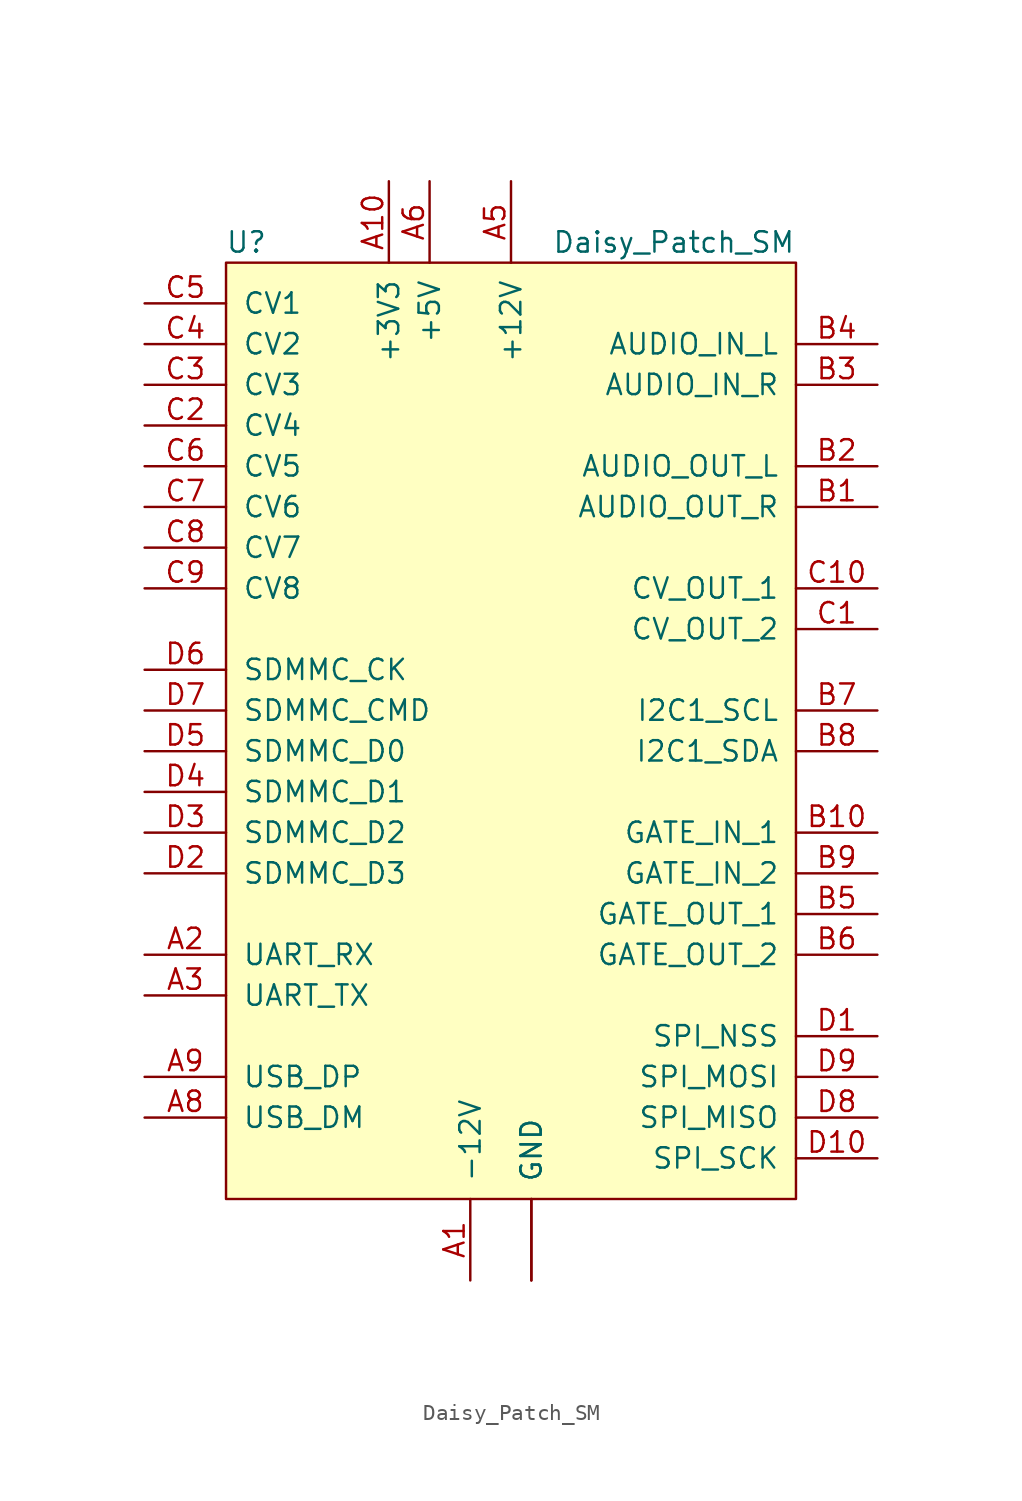
<source format=kicad_sym>
(kicad_symbol_lib
  (version 20211014)
  (generator kicad_symbol_editor)
  (symbol "Daisy_Patch_SM"
    (pin_names
      (offset 1.016))
    (property "Reference" "U"
      (at -16.51 29.21 0)
      (effects (font (size 1.27 1.27))))
    (property "Value" "Daisy_Patch_SM"
      (at 10.16 29.21 0)
      (effects (font (size 1.27 1.27))))
    (symbol "Daisy_Patch_SM_1_0"
      (rectangle (start -17.78 27.94) (end 17.78 -30.48) (stroke (width 0) (type default) (color 0 0 0 0)) (fill (type background)))
      (pin power_in line (at -2.54 -35.56 90) (length 5.08) (name "-12V" (effects (font (size 1.27 1.27)))) (number "A1" (effects (font (size 1.27 1.27)))))
      (pin power_out line (at -7.62 33.02 270) (length 5.08) (name "+3V3" (effects (font (size 1.27 1.27)))) (number "A10" (effects (font (size 1.27 1.27)))))
      (pin bidirectional line (at -22.86 -15.24 0) (length 5.08) (name "UART_RX" (effects (font (size 1.27 1.27)))) (number "A2" (effects (font (size 1.27 1.27)))))
      (pin bidirectional line (at -22.86 -17.78 0) (length 5.08) (name "UART_TX" (effects (font (size 1.27 1.27)))) (number "A3" (effects (font (size 1.27 1.27)))))
      (pin passive line (at 1.27 -35.56 90) (length 5.08) (name "GND" (effects (font (size 1.27 1.27)))) (number "A4" (effects (font (size 0 0)))))
      (pin power_in line (at 0 33.02 270) (length 5.08) (name "+12V" (effects (font (size 1.27 1.27)))) (number "A5" (effects (font (size 1.27 1.27)))))
      (pin power_out line (at -5.08 33.02 270) (length 5.08) (name "+5V" (effects (font (size 1.27 1.27)))) (number "A6" (effects (font (size 1.27 1.27)))))
      (pin passive line (at 1.27 -35.56 90) (length 5.08) (name "GND" (effects (font (size 1.27 1.27)))) (number "A7" (effects (font (size 0 0)))))
      (pin bidirectional line (at -22.86 -25.4 0) (length 5.08) (name "USB_DM" (effects (font (size 1.27 1.27)))) (number "A8" (effects (font (size 1.27 1.27)))))
      (pin bidirectional line (at -22.86 -22.86 0) (length 5.08) (name "USB_DP" (effects (font (size 1.27 1.27)))) (number "A9" (effects (font (size 1.27 1.27)))))
      (pin output line (at 22.86 12.7 180) (length 5.08) (name "AUDIO_OUT_R" (effects (font (size 1.27 1.27)))) (number "B1" (effects (font (size 1.27 1.27)))))
      (pin bidirectional line (at 22.86 -7.62 180) (length 5.08) (name "GATE_IN_1" (effects (font (size 1.27 1.27)))) (number "B10" (effects (font (size 1.27 1.27)))))
      (pin output line (at 22.86 15.24 180) (length 5.08) (name "AUDIO_OUT_L" (effects (font (size 1.27 1.27)))) (number "B2" (effects (font (size 1.27 1.27)))))
      (pin input line (at 22.86 20.32 180) (length 5.08) (name "AUDIO_IN_R" (effects (font (size 1.27 1.27)))) (number "B3" (effects (font (size 1.27 1.27)))))
      (pin input line (at 22.86 22.86 180) (length 5.08) (name "AUDIO_IN_L" (effects (font (size 1.27 1.27)))) (number "B4" (effects (font (size 1.27 1.27)))))
      (pin bidirectional line (at 22.86 -12.7 180) (length 5.08) (name "GATE_OUT_1" (effects (font (size 1.27 1.27)))) (number "B5" (effects (font (size 1.27 1.27)))))
      (pin bidirectional line (at 22.86 -15.24 180) (length 5.08) (name "GATE_OUT_2" (effects (font (size 1.27 1.27)))) (number "B6" (effects (font (size 1.27 1.27)))))
      (pin bidirectional line (at 22.86 0 180) (length 5.08) (name "I2C1_SCL" (effects (font (size 1.27 1.27)))) (number "B7" (effects (font (size 1.27 1.27)))))
      (pin bidirectional line (at 22.86 -2.54 180) (length 5.08) (name "I2C1_SDA" (effects (font (size 1.27 1.27)))) (number "B8" (effects (font (size 1.27 1.27)))))
      (pin bidirectional line (at 22.86 -10.16 180) (length 5.08) (name "GATE_IN_2" (effects (font (size 1.27 1.27)))) (number "B9" (effects (font (size 1.27 1.27)))))
      (pin bidirectional line (at 22.86 5.08 180) (length 5.08) (name "CV_OUT_2" (effects (font (size 1.27 1.27)))) (number "C1" (effects (font (size 1.27 1.27)))))
      (pin bidirectional line (at 22.86 7.62 180) (length 5.08) (name "CV_OUT_1" (effects (font (size 1.27 1.27)))) (number "C10" (effects (font (size 1.27 1.27)))))
      (pin bidirectional line (at -22.86 17.78 0) (length 5.08) (name "CV4" (effects (font (size 1.27 1.27)))) (number "C2" (effects (font (size 1.27 1.27)))))
      (pin bidirectional line (at -22.86 20.32 0) (length 5.08) (name "CV3" (effects (font (size 1.27 1.27)))) (number "C3" (effects (font (size 1.27 1.27)))))
      (pin bidirectional line (at -22.86 22.86 0) (length 5.08) (name "CV2" (effects (font (size 1.27 1.27)))) (number "C4" (effects (font (size 1.27 1.27)))))
      (pin bidirectional line (at -22.86 25.4 0) (length 5.08) (name "CV1" (effects (font (size 1.27 1.27)))) (number "C5" (effects (font (size 1.27 1.27)))))
      (pin bidirectional line (at -22.86 15.24 0) (length 5.08) (name "CV5" (effects (font (size 1.27 1.27)))) (number "C6" (effects (font (size 1.27 1.27)))))
      (pin bidirectional line (at -22.86 12.7 0) (length 5.08) (name "CV6" (effects (font (size 1.27 1.27)))) (number "C7" (effects (font (size 1.27 1.27)))))
      (pin bidirectional line (at -22.86 10.16 0) (length 5.08) (name "CV7" (effects (font (size 1.27 1.27)))) (number "C8" (effects (font (size 1.27 1.27)))))
      (pin bidirectional line (at -22.86 7.62 0) (length 5.08) (name "CV8" (effects (font (size 1.27 1.27)))) (number "C9" (effects (font (size 1.27 1.27)))))
      (pin bidirectional line (at 22.86 -20.32 180) (length 5.08) (name "SPI_NSS" (effects (font (size 1.27 1.27)))) (number "D1" (effects (font (size 1.27 1.27)))))
      (pin bidirectional line (at 22.86 -27.94 180) (length 5.08) (name "SPI_SCK" (effects (font (size 1.27 1.27)))) (number "D10" (effects (font (size 1.27 1.27)))))
      (pin bidirectional line (at -22.86 -10.16 0) (length 5.08) (name "SDMMC_D3" (effects (font (size 1.27 1.27)))) (number "D2" (effects (font (size 1.27 1.27)))))
      (pin bidirectional line (at -22.86 -7.62 0) (length 5.08) (name "SDMMC_D2" (effects (font (size 1.27 1.27)))) (number "D3" (effects (font (size 1.27 1.27)))))
      (pin bidirectional line (at -22.86 -5.08 0) (length 5.08) (name "SDMMC_D1" (effects (font (size 1.27 1.27)))) (number "D4" (effects (font (size 1.27 1.27)))))
      (pin bidirectional line (at -22.86 -2.54 0) (length 5.08) (name "SDMMC_D0" (effects (font (size 1.27 1.27)))) (number "D5" (effects (font (size 1.27 1.27)))))
      (pin bidirectional line (at -22.86 2.54 0) (length 5.08) (name "SDMMC_CK" (effects (font (size 1.27 1.27)))) (number "D6" (effects (font (size 1.27 1.27)))))
      (pin bidirectional line (at -22.86 0 0) (length 5.08) (name "SDMMC_CMD" (effects (font (size 1.27 1.27)))) (number "D7" (effects (font (size 1.27 1.27)))))
      (pin bidirectional line (at 22.86 -25.4 180) (length 5.08) (name "SPI_MISO" (effects (font (size 1.27 1.27)))) (number "D8" (effects (font (size 1.27 1.27)))))
      (pin bidirectional line (at 22.86 -22.86 180) (length 5.08) (name "SPI_MOSI" (effects (font (size 1.27 1.27)))) (number "D9" (effects (font (size 1.27 1.27))))))))
</source>
